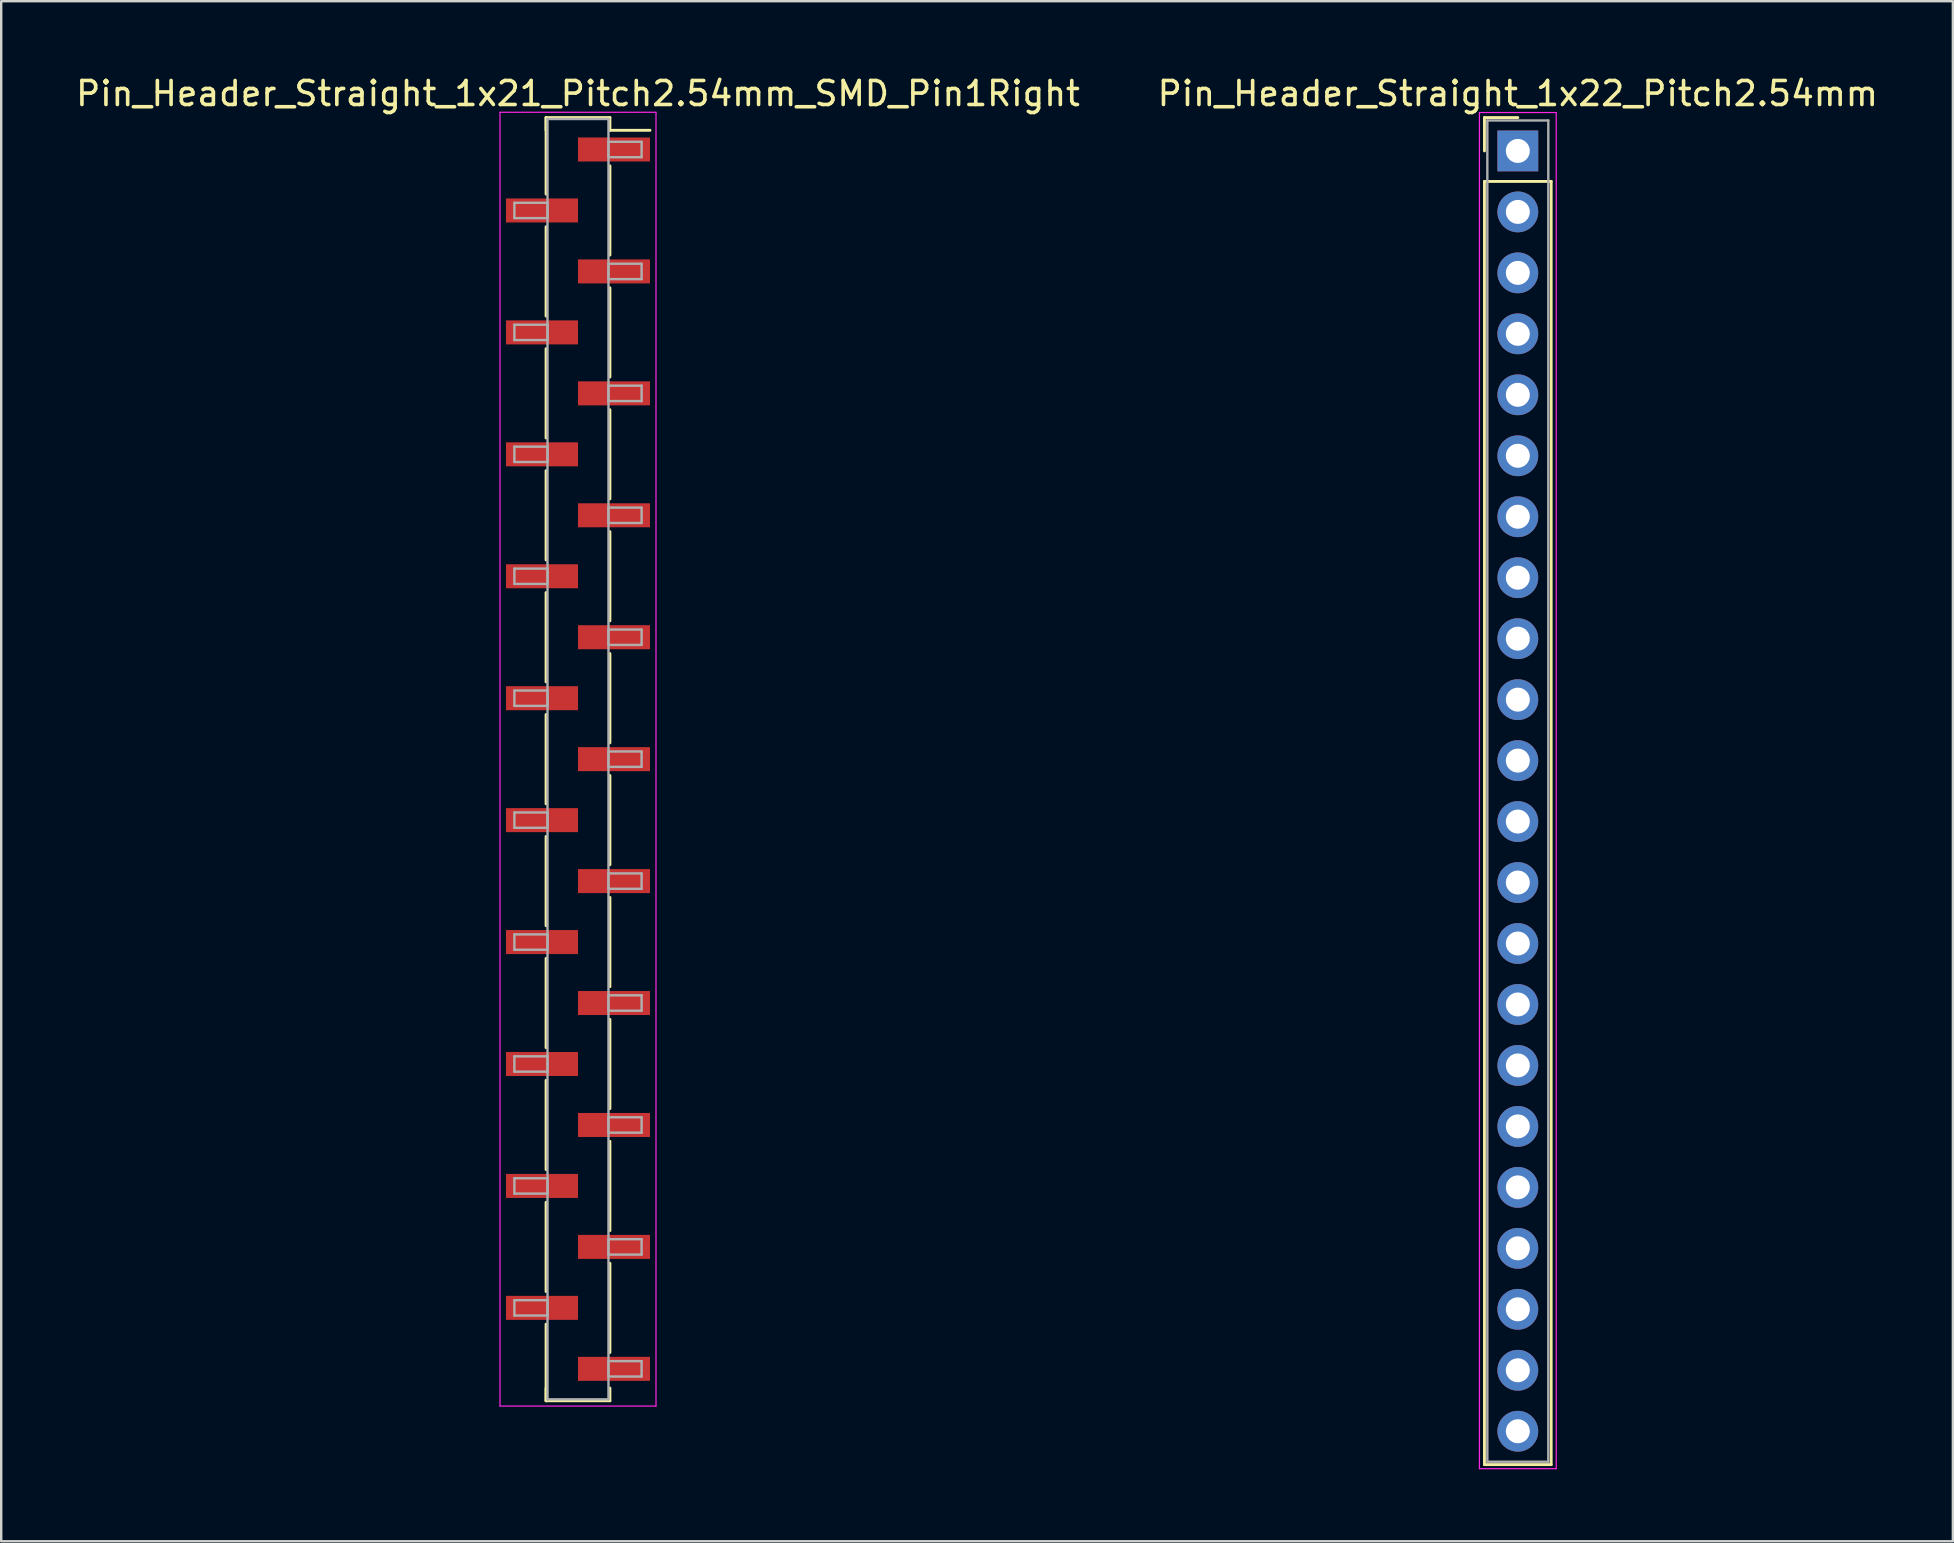
<source format=kicad_pcb>
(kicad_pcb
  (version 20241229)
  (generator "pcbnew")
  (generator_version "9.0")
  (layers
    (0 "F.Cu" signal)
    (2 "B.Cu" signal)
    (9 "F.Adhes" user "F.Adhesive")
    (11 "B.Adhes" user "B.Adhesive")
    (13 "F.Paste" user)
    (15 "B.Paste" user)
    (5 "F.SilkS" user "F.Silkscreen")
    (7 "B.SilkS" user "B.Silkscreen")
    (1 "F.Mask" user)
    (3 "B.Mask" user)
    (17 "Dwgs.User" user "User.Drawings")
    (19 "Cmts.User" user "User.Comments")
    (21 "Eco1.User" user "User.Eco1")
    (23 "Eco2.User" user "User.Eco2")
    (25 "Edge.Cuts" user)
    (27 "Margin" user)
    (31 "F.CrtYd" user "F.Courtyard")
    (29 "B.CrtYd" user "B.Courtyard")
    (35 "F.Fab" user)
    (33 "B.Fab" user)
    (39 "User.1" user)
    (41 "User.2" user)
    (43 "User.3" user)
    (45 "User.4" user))
  (footprint "Pin_Header_Straight_1x21_Pitch2.54mm_SMD_Pin1Right"
    (layer "F.Cu")
    (at 21.03 28.578)
    (property "Reference" "Pin_Header_Straight_1x21_Pitch2.54mm_SMD_Pin1Right" (at 0 -27.73 0) (layer "F.SilkS") (effects (font (size 1 1) (thickness 0.15))))
    (attr smd)
    (fp_line (start -1.33 -26.73) (end -1.33 -23.54) (stroke (width 0.12) (type solid)) (layer "F.SilkS"))
    (fp_line (start -1.33 -26.73) (end 1.33 -26.73) (stroke (width 0.12) (type solid)) (layer "F.SilkS"))
    (fp_line (start -1.33 -26.2) (end -1.33 -26.73) (stroke (width 0.12) (type solid)) (layer "F.SilkS"))
    (fp_line (start -1.33 -22.18) (end -1.33 -18.46) (stroke (width 0.12) (type solid)) (layer "F.SilkS"))
    (fp_line (start -1.33 -17.1) (end -1.33 -13.38) (stroke (width 0.12) (type solid)) (layer "F.SilkS"))
    (fp_line (start -1.33 -12.02) (end -1.33 -8.3) (stroke (width 0.12) (type solid)) (layer "F.SilkS"))
    (fp_line (start -1.33 -6.94) (end -1.33 -3.22) (stroke (width 0.12) (type solid)) (layer "F.SilkS"))
    (fp_line (start -1.33 -1.86) (end -1.33 1.86) (stroke (width 0.12) (type solid)) (layer "F.SilkS"))
    (fp_line (start -1.33 3.22) (end -1.33 6.94) (stroke (width 0.12) (type solid)) (layer "F.SilkS"))
    (fp_line (start -1.33 8.3) (end -1.33 12.02) (stroke (width 0.12) (type solid)) (layer "F.SilkS"))
    (fp_line (start -1.33 13.38) (end -1.33 17.1) (stroke (width 0.12) (type solid)) (layer "F.SilkS"))
    (fp_line (start -1.33 18.46) (end -1.33 22.18) (stroke (width 0.12) (type solid)) (layer "F.SilkS"))
    (fp_line (start -1.33 23.54) (end -1.33 26.73) (stroke (width 0.12) (type solid)) (layer "F.SilkS"))
    (fp_line (start -1.33 26.2) (end -1.33 26.73) (stroke (width 0.12) (type solid)) (layer "F.SilkS"))
    (fp_line (start -1.33 26.73) (end 1.33 26.73) (stroke (width 0.12) (type solid)) (layer "F.SilkS"))
    (fp_line (start 1.33 -26.73) (end 1.33 -26.2) (stroke (width 0.12) (type solid)) (layer "F.SilkS"))
    (fp_line (start 1.33 -26.2) (end 3 -26.2) (stroke (width 0.12) (type solid)) (layer "F.SilkS"))
    (fp_line (start 1.33 -24.72) (end 1.33 -21) (stroke (width 0.12) (type solid)) (layer "F.SilkS"))
    (fp_line (start 1.33 -19.64) (end 1.33 -15.92) (stroke (width 0.12) (type solid)) (layer "F.SilkS"))
    (fp_line (start 1.33 -14.56) (end 1.33 -10.84) (stroke (width 0.12) (type solid)) (layer "F.SilkS"))
    (fp_line (start 1.33 -9.48) (end 1.33 -5.76) (stroke (width 0.12) (type solid)) (layer "F.SilkS"))
    (fp_line (start 1.33 -4.4) (end 1.33 -0.68) (stroke (width 0.12) (type solid)) (layer "F.SilkS"))
    (fp_line (start 1.33 0.68) (end 1.33 4.4) (stroke (width 0.12) (type solid)) (layer "F.SilkS"))
    (fp_line (start 1.33 5.76) (end 1.33 9.48) (stroke (width 0.12) (type solid)) (layer "F.SilkS"))
    (fp_line (start 1.33 10.84) (end 1.33 14.56) (stroke (width 0.12) (type solid)) (layer "F.SilkS"))
    (fp_line (start 1.33 15.92) (end 1.33 19.64) (stroke (width 0.12) (type solid)) (layer "F.SilkS"))
    (fp_line (start 1.33 21) (end 1.33 24.72) (stroke (width 0.12) (type solid)) (layer "F.SilkS"))
    (fp_line (start 1.33 26.73) (end 1.33 26.2) (stroke (width 0.12) (type solid)) (layer "F.SilkS"))
    (fp_line (start -3.25 -26.95) (end -3.25 26.95) (stroke (width 0.05) (type solid)) (layer "F.CrtYd"))
    (fp_line (start -3.25 26.95) (end 3.25 26.95) (stroke (width 0.05) (type solid)) (layer "F.CrtYd"))
    (fp_line (start 3.25 -26.95) (end -3.25 -26.95) (stroke (width 0.05) (type solid)) (layer "F.CrtYd"))
    (fp_line (start 3.25 26.95) (end 3.25 -26.95) (stroke (width 0.05) (type solid)) (layer "F.CrtYd"))
    (fp_line (start -2.65 -23.18) (end -1.27 -23.18) (stroke (width 0.1) (type solid)) (layer "F.Fab"))
    (fp_line (start -2.65 -22.54) (end -2.65 -23.18) (stroke (width 0.1) (type solid)) (layer "F.Fab"))
    (fp_line (start -2.65 -18.1) (end -1.27 -18.1) (stroke (width 0.1) (type solid)) (layer "F.Fab"))
    (fp_line (start -2.65 -17.46) (end -2.65 -18.1) (stroke (width 0.1) (type solid)) (layer "F.Fab"))
    (fp_line (start -2.65 -13.02) (end -1.27 -13.02) (stroke (width 0.1) (type solid)) (layer "F.Fab"))
    (fp_line (start -2.65 -12.38) (end -2.65 -13.02) (stroke (width 0.1) (type solid)) (layer "F.Fab"))
    (fp_line (start -2.65 -7.94) (end -1.27 -7.94) (stroke (width 0.1) (type solid)) (layer "F.Fab"))
    (fp_line (start -2.65 -7.3) (end -2.65 -7.94) (stroke (width 0.1) (type solid)) (layer "F.Fab"))
    (fp_line (start -2.65 -2.86) (end -1.27 -2.86) (stroke (width 0.1) (type solid)) (layer "F.Fab"))
    (fp_line (start -2.65 -2.22) (end -2.65 -2.86) (stroke (width 0.1) (type solid)) (layer "F.Fab"))
    (fp_line (start -2.65 2.22) (end -1.27 2.22) (stroke (width 0.1) (type solid)) (layer "F.Fab"))
    (fp_line (start -2.65 2.86) (end -2.65 2.22) (stroke (width 0.1) (type solid)) (layer "F.Fab"))
    (fp_line (start -2.65 7.3) (end -1.27 7.3) (stroke (width 0.1) (type solid)) (layer "F.Fab"))
    (fp_line (start -2.65 7.94) (end -2.65 7.3) (stroke (width 0.1) (type solid)) (layer "F.Fab"))
    (fp_line (start -2.65 12.38) (end -1.27 12.38) (stroke (width 0.1) (type solid)) (layer "F.Fab"))
    (fp_line (start -2.65 13.02) (end -2.65 12.38) (stroke (width 0.1) (type solid)) (layer "F.Fab"))
    (fp_line (start -2.65 17.46) (end -1.27 17.46) (stroke (width 0.1) (type solid)) (layer "F.Fab"))
    (fp_line (start -2.65 18.1) (end -2.65 17.46) (stroke (width 0.1) (type solid)) (layer "F.Fab"))
    (fp_line (start -2.65 22.54) (end -1.27 22.54) (stroke (width 0.1) (type solid)) (layer "F.Fab"))
    (fp_line (start -2.65 23.18) (end -2.65 22.54) (stroke (width 0.1) (type solid)) (layer "F.Fab"))
    (fp_line (start -1.27 -26.67) (end -1.27 26.67) (stroke (width 0.1) (type solid)) (layer "F.Fab"))
    (fp_line (start -1.27 -23.18) (end -1.27 -22.54) (stroke (width 0.1) (type solid)) (layer "F.Fab"))
    (fp_line (start -1.27 -22.54) (end -2.65 -22.54) (stroke (width 0.1) (type solid)) (layer "F.Fab"))
    (fp_line (start -1.27 -18.1) (end -1.27 -17.46) (stroke (width 0.1) (type solid)) (layer "F.Fab"))
    (fp_line (start -1.27 -17.46) (end -2.65 -17.46) (stroke (width 0.1) (type solid)) (layer "F.Fab"))
    (fp_line (start -1.27 -13.02) (end -1.27 -12.38) (stroke (width 0.1) (type solid)) (layer "F.Fab"))
    (fp_line (start -1.27 -12.38) (end -2.65 -12.38) (stroke (width 0.1) (type solid)) (layer "F.Fab"))
    (fp_line (start -1.27 -7.94) (end -1.27 -7.3) (stroke (width 0.1) (type solid)) (layer "F.Fab"))
    (fp_line (start -1.27 -7.3) (end -2.65 -7.3) (stroke (width 0.1) (type solid)) (layer "F.Fab"))
    (fp_line (start -1.27 -2.86) (end -1.27 -2.22) (stroke (width 0.1) (type solid)) (layer "F.Fab"))
    (fp_line (start -1.27 -2.22) (end -2.65 -2.22) (stroke (width 0.1) (type solid)) (layer "F.Fab"))
    (fp_line (start -1.27 2.22) (end -1.27 2.86) (stroke (width 0.1) (type solid)) (layer "F.Fab"))
    (fp_line (start -1.27 2.86) (end -2.65 2.86) (stroke (width 0.1) (type solid)) (layer "F.Fab"))
    (fp_line (start -1.27 7.3) (end -1.27 7.94) (stroke (width 0.1) (type solid)) (layer "F.Fab"))
    (fp_line (start -1.27 7.94) (end -2.65 7.94) (stroke (width 0.1) (type solid)) (layer "F.Fab"))
    (fp_line (start -1.27 12.38) (end -1.27 13.02) (stroke (width 0.1) (type solid)) (layer "F.Fab"))
    (fp_line (start -1.27 13.02) (end -2.65 13.02) (stroke (width 0.1) (type solid)) (layer "F.Fab"))
    (fp_line (start -1.27 17.46) (end -1.27 18.1) (stroke (width 0.1) (type solid)) (layer "F.Fab"))
    (fp_line (start -1.27 18.1) (end -2.65 18.1) (stroke (width 0.1) (type solid)) (layer "F.Fab"))
    (fp_line (start -1.27 22.54) (end -1.27 23.18) (stroke (width 0.1) (type solid)) (layer "F.Fab"))
    (fp_line (start -1.27 23.18) (end -2.65 23.18) (stroke (width 0.1) (type solid)) (layer "F.Fab"))
    (fp_line (start -1.27 26.67) (end 1.27 26.67) (stroke (width 0.1) (type solid)) (layer "F.Fab"))
    (fp_line (start 1.27 -26.67) (end -1.27 -26.67) (stroke (width 0.1) (type solid)) (layer "F.Fab"))
    (fp_line (start 1.27 -25.72) (end 1.27 -25.08) (stroke (width 0.1) (type solid)) (layer "F.Fab"))
    (fp_line (start 1.27 -25.08) (end 2.65 -25.08) (stroke (width 0.1) (type solid)) (layer "F.Fab"))
    (fp_line (start 1.27 -20.64) (end 1.27 -20) (stroke (width 0.1) (type solid)) (layer "F.Fab"))
    (fp_line (start 1.27 -20) (end 2.65 -20) (stroke (width 0.1) (type solid)) (layer "F.Fab"))
    (fp_line (start 1.27 -15.56) (end 1.27 -14.92) (stroke (width 0.1) (type solid)) (layer "F.Fab"))
    (fp_line (start 1.27 -14.92) (end 2.65 -14.92) (stroke (width 0.1) (type solid)) (layer "F.Fab"))
    (fp_line (start 1.27 -10.48) (end 1.27 -9.84) (stroke (width 0.1) (type solid)) (layer "F.Fab"))
    (fp_line (start 1.27 -9.84) (end 2.65 -9.84) (stroke (width 0.1) (type solid)) (layer "F.Fab"))
    (fp_line (start 1.27 -5.4) (end 1.27 -4.76) (stroke (width 0.1) (type solid)) (layer "F.Fab"))
    (fp_line (start 1.27 -4.76) (end 2.65 -4.76) (stroke (width 0.1) (type solid)) (layer "F.Fab"))
    (fp_line (start 1.27 -0.32) (end 1.27 0.32) (stroke (width 0.1) (type solid)) (layer "F.Fab"))
    (fp_line (start 1.27 0.32) (end 2.65 0.32) (stroke (width 0.1) (type solid)) (layer "F.Fab"))
    (fp_line (start 1.27 4.76) (end 1.27 5.4) (stroke (width 0.1) (type solid)) (layer "F.Fab"))
    (fp_line (start 1.27 5.4) (end 2.65 5.4) (stroke (width 0.1) (type solid)) (layer "F.Fab"))
    (fp_line (start 1.27 9.84) (end 1.27 10.48) (stroke (width 0.1) (type solid)) (layer "F.Fab"))
    (fp_line (start 1.27 10.48) (end 2.65 10.48) (stroke (width 0.1) (type solid)) (layer "F.Fab"))
    (fp_line (start 1.27 14.92) (end 1.27 15.56) (stroke (width 0.1) (type solid)) (layer "F.Fab"))
    (fp_line (start 1.27 15.56) (end 2.65 15.56) (stroke (width 0.1) (type solid)) (layer "F.Fab"))
    (fp_line (start 1.27 20) (end 1.27 20.64) (stroke (width 0.1) (type solid)) (layer "F.Fab"))
    (fp_line (start 1.27 20.64) (end 2.65 20.64) (stroke (width 0.1) (type solid)) (layer "F.Fab"))
    (fp_line (start 1.27 25.08) (end 1.27 25.72) (stroke (width 0.1) (type solid)) (layer "F.Fab"))
    (fp_line (start 1.27 25.72) (end 2.65 25.72) (stroke (width 0.1) (type solid)) (layer "F.Fab"))
    (fp_line (start 1.27 26.67) (end 1.27 -26.67) (stroke (width 0.1) (type solid)) (layer "F.Fab"))
    (fp_line (start 2.65 -25.72) (end 1.27 -25.72) (stroke (width 0.1) (type solid)) (layer "F.Fab"))
    (fp_line (start 2.65 -25.08) (end 2.65 -25.72) (stroke (width 0.1) (type solid)) (layer "F.Fab"))
    (fp_line (start 2.65 -20.64) (end 1.27 -20.64) (stroke (width 0.1) (type solid)) (layer "F.Fab"))
    (fp_line (start 2.65 -20) (end 2.65 -20.64) (stroke (width 0.1) (type solid)) (layer "F.Fab"))
    (fp_line (start 2.65 -15.56) (end 1.27 -15.56) (stroke (width 0.1) (type solid)) (layer "F.Fab"))
    (fp_line (start 2.65 -14.92) (end 2.65 -15.56) (stroke (width 0.1) (type solid)) (layer "F.Fab"))
    (fp_line (start 2.65 -10.48) (end 1.27 -10.48) (stroke (width 0.1) (type solid)) (layer "F.Fab"))
    (fp_line (start 2.65 -9.84) (end 2.65 -10.48) (stroke (width 0.1) (type solid)) (layer "F.Fab"))
    (fp_line (start 2.65 -5.4) (end 1.27 -5.4) (stroke (width 0.1) (type solid)) (layer "F.Fab"))
    (fp_line (start 2.65 -4.76) (end 2.65 -5.4) (stroke (width 0.1) (type solid)) (layer "F.Fab"))
    (fp_line (start 2.65 -0.32) (end 1.27 -0.32) (stroke (width 0.1) (type solid)) (layer "F.Fab"))
    (fp_line (start 2.65 0.32) (end 2.65 -0.32) (stroke (width 0.1) (type solid)) (layer "F.Fab"))
    (fp_line (start 2.65 4.76) (end 1.27 4.76) (stroke (width 0.1) (type solid)) (layer "F.Fab"))
    (fp_line (start 2.65 5.4) (end 2.65 4.76) (stroke (width 0.1) (type solid)) (layer "F.Fab"))
    (fp_line (start 2.65 9.84) (end 1.27 9.84) (stroke (width 0.1) (type solid)) (layer "F.Fab"))
    (fp_line (start 2.65 10.48) (end 2.65 9.84) (stroke (width 0.1) (type solid)) (layer "F.Fab"))
    (fp_line (start 2.65 14.92) (end 1.27 14.92) (stroke (width 0.1) (type solid)) (layer "F.Fab"))
    (fp_line (start 2.65 15.56) (end 2.65 14.92) (stroke (width 0.1) (type solid)) (layer "F.Fab"))
    (fp_line (start 2.65 20) (end 1.27 20) (stroke (width 0.1) (type solid)) (layer "F.Fab"))
    (fp_line (start 2.65 20.64) (end 2.65 20) (stroke (width 0.1) (type solid)) (layer "F.Fab"))
    (fp_line (start 2.65 25.08) (end 1.27 25.08) (stroke (width 0.1) (type solid)) (layer "F.Fab"))
    (fp_line (start 2.65 25.72) (end 2.65 25.08) (stroke (width 0.1) (type solid)) (layer "F.Fab"))
    (pad "1" smd rect (at 1.5 -25.4) (size 3 1) (layers "F.Cu" "F.Mask"))
    (pad "2" smd rect (at -1.5 -22.86) (size 3 1) (layers "F.Cu" "F.Mask"))
    (pad "3" smd rect (at 1.5 -20.32) (size 3 1) (layers "F.Cu" "F.Mask"))
    (pad "4" smd rect (at -1.5 -17.78) (size 3 1) (layers "F.Cu" "F.Mask"))
    (pad "5" smd rect (at 1.5 -15.24) (size 3 1) (layers "F.Cu" "F.Mask"))
    (pad "6" smd rect (at -1.5 -12.7) (size 3 1) (layers "F.Cu" "F.Mask"))
    (pad "7" smd rect (at 1.5 -10.16) (size 3 1) (layers "F.Cu" "F.Mask"))
    (pad "8" smd rect (at -1.5 -7.62) (size 3 1) (layers "F.Cu" "F.Mask"))
    (pad "9" smd rect (at 1.5 -5.08) (size 3 1) (layers "F.Cu" "F.Mask"))
    (pad "10" smd rect (at -1.5 -2.54) (size 3 1) (layers "F.Cu" "F.Mask"))
    (pad "11" smd rect (at 1.5 0) (size 3 1) (layers "F.Cu" "F.Mask"))
    (pad "12" smd rect (at -1.5 2.54) (size 3 1) (layers "F.Cu" "F.Mask"))
    (pad "13" smd rect (at 1.5 5.08) (size 3 1) (layers "F.Cu" "F.Mask"))
    (pad "14" smd rect (at -1.5 7.62) (size 3 1) (layers "F.Cu" "F.Mask"))
    (pad "15" smd rect (at 1.5 10.16) (size 3 1) (layers "F.Cu" "F.Mask"))
    (pad "16" smd rect (at -1.5 12.7) (size 3 1) (layers "F.Cu" "F.Mask"))
    (pad "17" smd rect (at 1.5 15.24) (size 3 1) (layers "F.Cu" "F.Mask"))
    (pad "18" smd rect (at -1.5 17.78) (size 3 1) (layers "F.Cu" "F.Mask"))
    (pad "19" smd rect (at 1.5 20.32) (size 3 1) (layers "F.Cu" "F.Mask"))
    (pad "20" smd rect (at -1.5 22.86) (size 3 1) (layers "F.Cu" "F.Mask"))
    (pad "21" smd rect (at 1.5 25.4) (size 3 1) (layers "F.Cu" "F.Mask")))
  (footprint "Pin_Header_Straight_1x22_Pitch2.54mm"
    (layer "F.Cu")
    (at 60.185 3.238)
    (property "Reference" "Pin_Header_Straight_1x22_Pitch2.54mm" (at 0 -2.39 0) (layer "F.SilkS") (effects (font (size 1 1) (thickness 0.15))))
    (attr through_hole)
    (fp_line (start -1.39 -1.39) (end 0 -1.39) (stroke (width 0.12) (type solid)) (layer "F.SilkS"))
    (fp_line (start -1.39 0) (end -1.39 -1.39) (stroke (width 0.12) (type solid)) (layer "F.SilkS"))
    (fp_line (start -1.39 1.27) (end -1.39 54.73) (stroke (width 0.12) (type solid)) (layer "F.SilkS"))
    (fp_line (start -1.39 54.73) (end 1.39 54.73) (stroke (width 0.12) (type solid)) (layer "F.SilkS"))
    (fp_line (start 1.39 1.27) (end -1.39 1.27) (stroke (width 0.12) (type solid)) (layer "F.SilkS"))
    (fp_line (start 1.39 54.73) (end 1.39 1.27) (stroke (width 0.12) (type solid)) (layer "F.SilkS"))
    (fp_line (start -1.6 -1.6) (end -1.6 54.9) (stroke (width 0.05) (type solid)) (layer "F.CrtYd"))
    (fp_line (start -1.6 54.9) (end 1.6 54.9) (stroke (width 0.05) (type solid)) (layer "F.CrtYd"))
    (fp_line (start 1.6 -1.6) (end -1.6 -1.6) (stroke (width 0.05) (type solid)) (layer "F.CrtYd"))
    (fp_line (start 1.6 54.9) (end 1.6 -1.6) (stroke (width 0.05) (type solid)) (layer "F.CrtYd"))
    (fp_line (start -1.27 -1.27) (end -1.27 54.61) (stroke (width 0.1) (type solid)) (layer "F.Fab"))
    (fp_line (start -1.27 54.61) (end 1.27 54.61) (stroke (width 0.1) (type solid)) (layer "F.Fab"))
    (fp_line (start 1.27 -1.27) (end -1.27 -1.27) (stroke (width 0.1) (type solid)) (layer "F.Fab"))
    (fp_line (start 1.27 54.61) (end 1.27 -1.27) (stroke (width 0.1) (type solid)) (layer "F.Fab"))
    (pad "1" thru_hole rect (at 0 0) (size 1.7 1.7) (drill 1) (layers "*.Cu" "*.Mask"))
    (pad "2" thru_hole oval (at 0 2.54) (size 1.7 1.7) (drill 1) (layers "*.Cu" "*.Mask"))
    (pad "3" thru_hole oval (at 0 5.08) (size 1.7 1.7) (drill 1) (layers "*.Cu" "*.Mask"))
    (pad "4" thru_hole oval (at 0 7.62) (size 1.7 1.7) (drill 1) (layers "*.Cu" "*.Mask"))
    (pad "5" thru_hole oval (at 0 10.16) (size 1.7 1.7) (drill 1) (layers "*.Cu" "*.Mask"))
    (pad "6" thru_hole oval (at 0 12.7) (size 1.7 1.7) (drill 1) (layers "*.Cu" "*.Mask"))
    (pad "7" thru_hole oval (at 0 15.24) (size 1.7 1.7) (drill 1) (layers "*.Cu" "*.Mask"))
    (pad "8" thru_hole oval (at 0 17.78) (size 1.7 1.7) (drill 1) (layers "*.Cu" "*.Mask"))
    (pad "9" thru_hole oval (at 0 20.32) (size 1.7 1.7) (drill 1) (layers "*.Cu" "*.Mask"))
    (pad "10" thru_hole oval (at 0 22.86) (size 1.7 1.7) (drill 1) (layers "*.Cu" "*.Mask"))
    (pad "11" thru_hole oval (at 0 25.4) (size 1.7 1.7) (drill 1) (layers "*.Cu" "*.Mask"))
    (pad "12" thru_hole oval (at 0 27.94) (size 1.7 1.7) (drill 1) (layers "*.Cu" "*.Mask"))
    (pad "13" thru_hole oval (at 0 30.48) (size 1.7 1.7) (drill 1) (layers "*.Cu" "*.Mask"))
    (pad "14" thru_hole oval (at 0 33.02) (size 1.7 1.7) (drill 1) (layers "*.Cu" "*.Mask"))
    (pad "15" thru_hole oval (at 0 35.56) (size 1.7 1.7) (drill 1) (layers "*.Cu" "*.Mask"))
    (pad "16" thru_hole oval (at 0 38.1) (size 1.7 1.7) (drill 1) (layers "*.Cu" "*.Mask"))
    (pad "17" thru_hole oval (at 0 40.64) (size 1.7 1.7) (drill 1) (layers "*.Cu" "*.Mask"))
    (pad "18" thru_hole oval (at 0 43.18) (size 1.7 1.7) (drill 1) (layers "*.Cu" "*.Mask"))
    (pad "19" thru_hole oval (at 0 45.72) (size 1.7 1.7) (drill 1) (layers "*.Cu" "*.Mask"))
    (pad "20" thru_hole oval (at 0 48.26) (size 1.7 1.7) (drill 1) (layers "*.Cu" "*.Mask"))
    (pad "21" thru_hole oval (at 0 50.8) (size 1.7 1.7) (drill 1) (layers "*.Cu" "*.Mask"))
    (pad "22" thru_hole oval (at 0 53.34) (size 1.7 1.7) (drill 1) (layers "*.Cu" "*.Mask")))
  (gr_rect
    (start -3 -3)
    (end 78.31 61.163)
    (stroke (width 0.1) (type default))
    (fill no)
    (layer "Edge.Cuts")))
</source>
